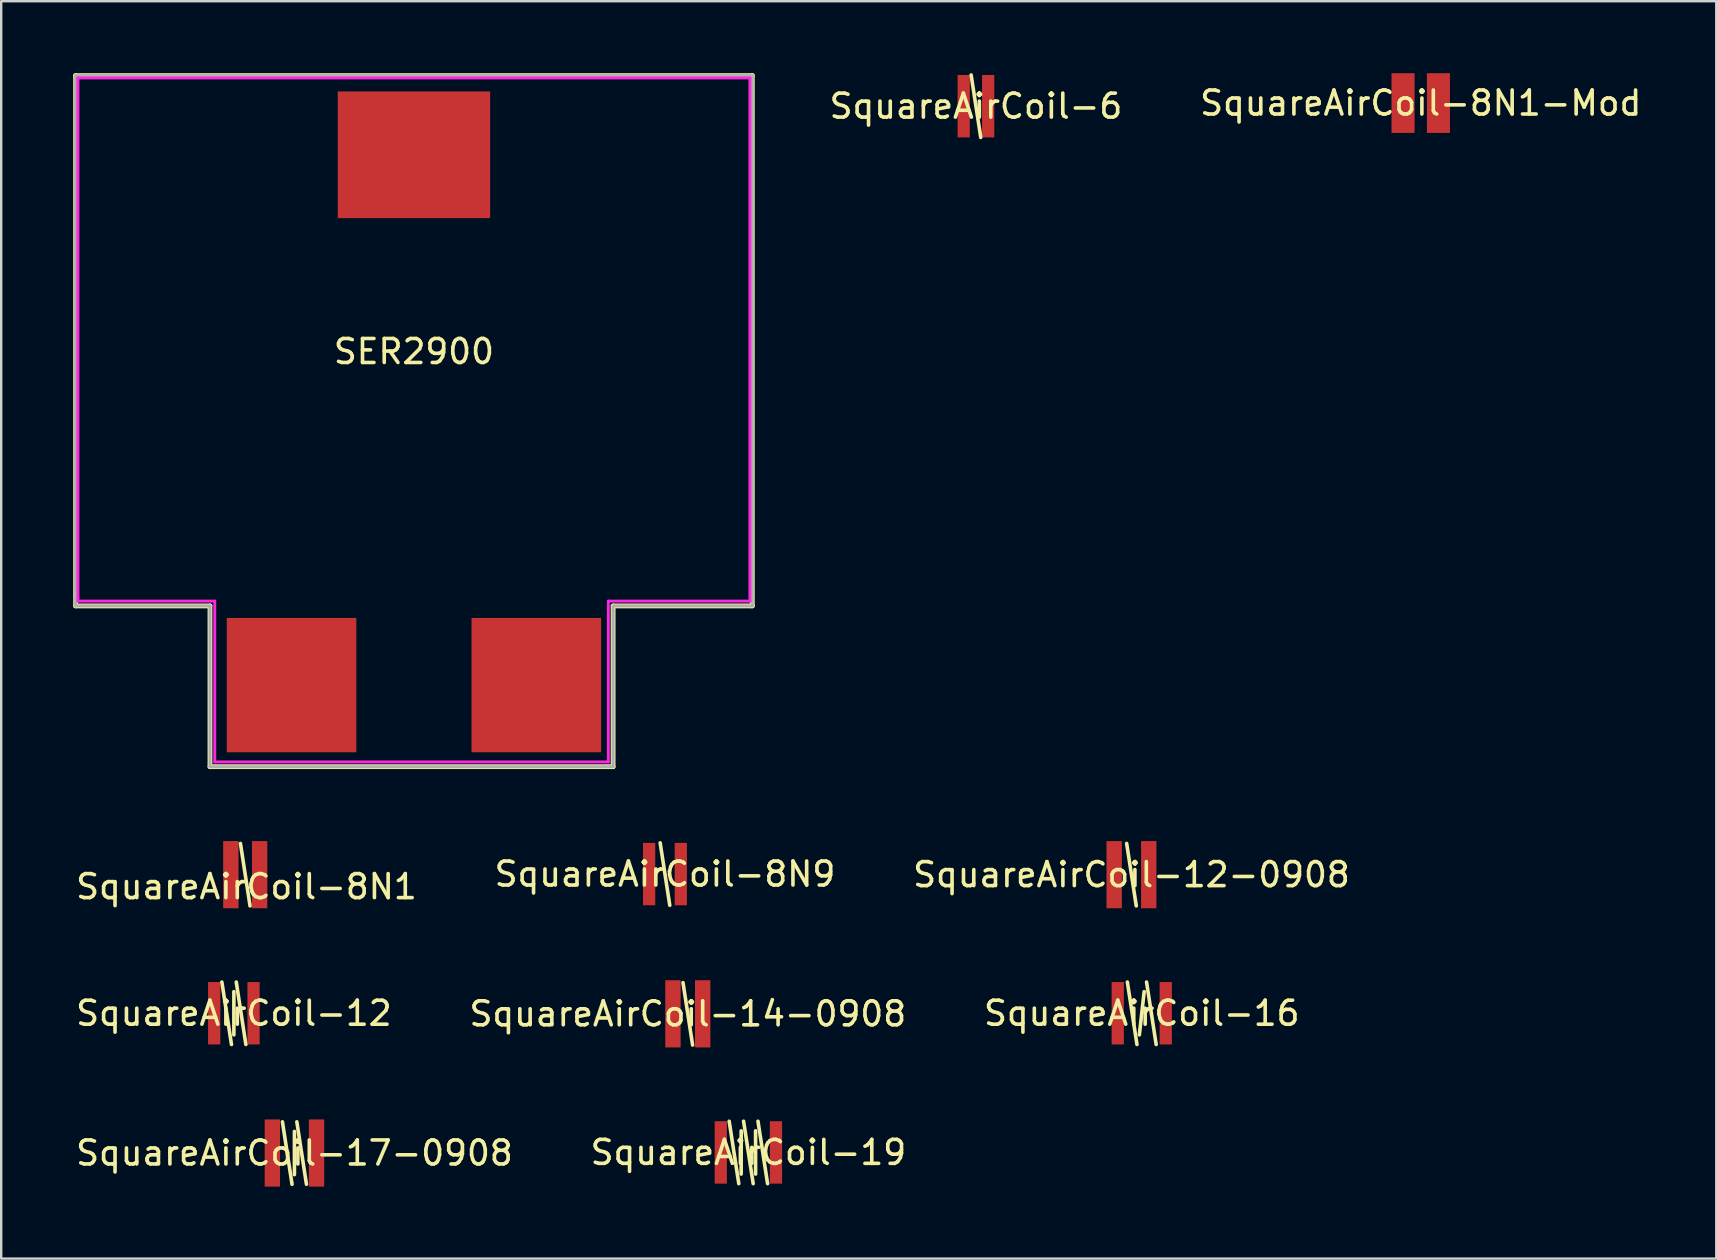
<source format=kicad_pcb>
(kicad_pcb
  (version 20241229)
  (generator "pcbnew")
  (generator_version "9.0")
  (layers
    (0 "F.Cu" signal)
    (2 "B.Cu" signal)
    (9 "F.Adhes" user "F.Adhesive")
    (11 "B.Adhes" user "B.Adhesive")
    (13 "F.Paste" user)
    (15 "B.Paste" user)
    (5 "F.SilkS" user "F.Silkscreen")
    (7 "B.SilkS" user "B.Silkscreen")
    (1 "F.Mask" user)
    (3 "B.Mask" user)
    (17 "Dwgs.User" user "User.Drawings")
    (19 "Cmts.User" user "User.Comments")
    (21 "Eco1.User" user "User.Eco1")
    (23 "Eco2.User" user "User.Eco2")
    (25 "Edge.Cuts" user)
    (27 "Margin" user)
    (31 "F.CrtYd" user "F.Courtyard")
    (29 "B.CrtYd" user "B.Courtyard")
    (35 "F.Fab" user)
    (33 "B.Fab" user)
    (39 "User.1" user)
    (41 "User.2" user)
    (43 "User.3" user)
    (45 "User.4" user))
  (footprint "SquareAirCoil-17-0908"
    (layer "F.Cu")
    (at 9.22 45)
    (property "Reference" "SquareAirCoil-17-0908" (at 0 0 0) (layer "F.SilkS") (effects (font (size 1 1) (thickness 0.15))))
    (attr through_hole)
    (fp_line (start -0.5 -1.3) (end -0.1 1.3) (stroke (width 0.15) (type solid)) (layer "F.SilkS"))
    (fp_line (start 0 0.9) (end 0 -0.9) (stroke (width 0.15) (type solid)) (layer "F.SilkS"))
    (fp_line (start 0.1 -1.3) (end 0.5 1.3) (stroke (width 0.15) (type solid)) (layer "F.SilkS"))
    (pad "1" smd rect (at -0.92 0) (size 0.64 2.8) (layers "F.Cu" "F.Mask" "F.Paste"))
    (pad "2" smd rect (at 0.92 0) (size 0.64 2.8) (layers "F.Cu" "F.Mask" "F.Paste")))
  (footprint "SquareAirCoil-16"
    (layer "F.Cu")
    (at 44.53 39.175)
    (property "Reference" "SquareAirCoil-16" (at 0 0 0) (layer "F.SilkS") (effects (font (size 1 1) (thickness 0.15))))
    (attr through_hole)
    (fp_line (start -0.6 -1.3) (end -0.2 1.3) (stroke (width 0.15) (type solid)) (layer "F.SilkS"))
    (fp_line (start 0.1 -0.9) (end -0.1 0.9) (stroke (width 0.15) (type solid)) (layer "F.SilkS"))
    (fp_line (start 0.2 -1.3) (end 0.6 1.3) (stroke (width 0.15) (type solid)) (layer "F.SilkS"))
    (pad "1" smd rect (at -1 0) (size 0.51 2.6) (layers "F.Cu" "F.Mask" "F.Paste"))
    (pad "2" smd rect (at 1 0) (size 0.51 2.6) (layers "F.Cu" "F.Mask" "F.Paste")))
  (footprint "SquareAirCoil-12"
    (layer "F.Cu")
    (at 6.696 39.175)
    (property "Reference" "SquareAirCoil-12" (at 0 0 0) (layer "F.SilkS") (effects (font (size 1 1) (thickness 0.15))))
    (attr through_hole)
    (fp_line (start -0.5 -1.3) (end -0.1 1.3) (stroke (width 0.15) (type solid)) (layer "F.SilkS"))
    (fp_line (start 0 -0.9) (end 0 0.9) (stroke (width 0.15) (type solid)) (layer "F.SilkS"))
    (fp_line (start 0.1 -1.3) (end 0.5 1.3) (stroke (width 0.15) (type solid)) (layer "F.SilkS"))
    (pad "1" smd rect (at -0.82 0) (size 0.51 2.6) (layers "F.Cu" "F.Mask" "F.Paste"))
    (pad "2" smd rect (at 0.82 0) (size 0.51 2.6) (layers "F.Cu" "F.Mask" "F.Paste")))
  (footprint "SquareAirCoil-19"
    (layer "F.Cu")
    (at 28.137 44.975)
    (property "Reference" "SquareAirCoil-19" (at 0 0 0) (layer "F.SilkS") (effects (font (size 1 1) (thickness 0.15))))
    (attr through_hole)
    (fp_line (start -0.8 -1.3) (end -0.4 1.3) (stroke (width 0.15) (type solid)) (layer "F.SilkS"))
    (fp_line (start -0.3 0.9) (end -0.3 -0.9) (stroke (width 0.15) (type solid)) (layer "F.SilkS"))
    (fp_line (start -0.2 -1.3) (end 0.2 1.3) (stroke (width 0.15) (type solid)) (layer "F.SilkS"))
    (fp_line (start 0.3 0.9) (end 0.3 -0.9) (stroke (width 0.15) (type solid)) (layer "F.SilkS"))
    (fp_line (start 0.4 -1.3) (end 0.8 1.3) (stroke (width 0.15) (type solid)) (layer "F.SilkS"))
    (pad "1" smd rect (at -1.15 0) (size 0.51 2.6) (layers "F.Cu" "F.Mask" "F.Paste"))
    (pad "2" smd rect (at 1.15 0) (size 0.51 2.6) (layers "F.Cu" "F.Mask" "F.Paste")))
  (footprint "SquareAirCoil-8N1"
    (layer "F.Cu")
    (at 7.17 33.4)
    (property "Reference" "SquareAirCoil-8N1" (at 0.05 0.5 0) (layer "F.SilkS") (effects (font (size 1 1) (thickness 0.15))))
    (attr through_hole)
    (fp_line (start -0.2 -1.3) (end 0.2 1.3) (stroke (width 0.15) (type solid)) (layer "F.SilkS"))
    (pad "1" smd rect (at -0.6 0) (size 0.64 2.8) (layers "F.Cu" "F.Mask" "F.Paste"))
    (pad "2" smd rect (at 0.6 0) (size 0.64 2.8) (layers "F.Cu" "F.Mask" "F.Paste")))
  (footprint "SquareAirCoil-14-0908"
    (layer "F.Cu")
    (at 25.613 39.2)
    (property "Reference" "SquareAirCoil-14-0908" (at 0 0 0) (layer "F.SilkS") (effects (font (size 1 1) (thickness 0.15))))
    (attr through_hole)
    (fp_line (start -0.2 -1.3) (end 0.2 1.3) (stroke (width 0.15) (type solid)) (layer "F.SilkS"))
    (pad "1" smd rect (at -0.62 0) (size 0.64 2.8) (layers "F.Cu" "F.Mask" "F.Paste"))
    (pad "2" smd rect (at 0.62 0) (size 0.64 2.8) (layers "F.Cu" "F.Mask" "F.Paste")))
  (footprint "SquareAirCoil-8N1-Mod"
    (layer "F.Cu")
    (at 56.156 1.245)
    (property "Reference" "SquareAirCoil-8N1-Mod" (at 0 0 0) (layer "F.SilkS") (effects (font (size 1 1) (thickness 0.15))))
    (attr through_hole)
    (pad "1" smd rect (at -0.737 0) (size 0.96 2.489) (layers "F.Cu" "F.Mask" "F.Paste"))
    (pad "2" smd rect (at 0.737 0) (size 0.96 2.489) (layers "F.Cu" "F.Mask" "F.Paste")))
  (footprint "SquareAirCoil-8N9"
    (layer "F.Cu")
    (at 24.661 33.375)
    (property "Reference" "SquareAirCoil-8N9" (at 0 0 0) (layer "F.SilkS") (effects (font (size 1 1) (thickness 0.15))))
    (attr through_hole)
    (fp_line (start -0.2 -1.3) (end 0.2 1.3) (stroke (width 0.15) (type solid)) (layer "F.SilkS"))
    (pad "1" smd rect (at -0.66 0) (size 0.51 2.6) (layers "F.Cu" "F.Mask" "F.Paste"))
    (pad "2" smd rect (at 0.66 0) (size 0.51 2.6) (layers "F.Cu" "F.Mask" "F.Paste")))
  (footprint "SquareAirCoil-12-0908"
    (layer "F.Cu")
    (at 44.101 33.4)
    (property "Reference" "SquareAirCoil-12-0908" (at 0 0 0) (layer "F.SilkS") (effects (font (size 1 1) (thickness 0.15))))
    (attr through_hole)
    (fp_line (start -0.2 -1.3) (end 0.2 1.3) (stroke (width 0.15) (type solid)) (layer "F.SilkS"))
    (pad "1" smd rect (at -0.72 0) (size 0.64 2.8) (layers "F.Cu" "F.Mask" "F.Paste"))
    (pad "2" smd rect (at 0.72 0) (size 0.64 2.8) (layers "F.Cu" "F.Mask" "F.Paste")))
  (footprint "SER2900"
    (layer "F.Cu")
    (at 14.2 11.1)
    (property "Reference" "SER2900" (at 0 0.5 0) (layer "F.SilkS") (effects (font (size 1 1) (thickness 0.15))))
    (attr through_hole)
    (fp_line (start -14.1 -11) (end 14.1 -11) (stroke (width 0.2) (type solid)) (layer "F.SilkS"))
    (fp_line (start -14.1 11.1) (end -14.1 -11) (stroke (width 0.2) (type solid)) (layer "F.SilkS"))
    (fp_line (start -8.5 11.1) (end -14.1 11.1) (stroke (width 0.2) (type solid)) (layer "F.SilkS"))
    (fp_line (start -8.5 17.8) (end -8.5 11.1) (stroke (width 0.2) (type solid)) (layer "F.SilkS"))
    (fp_line (start 8.3 11.1) (end 8.3 17.8) (stroke (width 0.2) (type solid)) (layer "F.SilkS"))
    (fp_line (start 8.3 17.8) (end -8.5 17.8) (stroke (width 0.2) (type solid)) (layer "F.SilkS"))
    (fp_line (start 14.1 -11) (end 14.1 11.1) (stroke (width 0.2) (type solid)) (layer "F.SilkS"))
    (fp_line (start 14.1 11.1) (end 8.3 11.1) (stroke (width 0.2) (type solid)) (layer "F.SilkS"))
    (fp_line (start -14 -10.9) (end 14 -10.9) (stroke (width 0.12) (type solid)) (layer "F.CrtYd"))
    (fp_line (start -14 10.9) (end -14 -10.9) (stroke (width 0.12) (type solid)) (layer "F.CrtYd"))
    (fp_line (start -8.3 10.9) (end -14 10.9) (stroke (width 0.12) (type solid)) (layer "F.CrtYd"))
    (fp_line (start -8.3 17.6) (end -8.3 10.9) (stroke (width 0.12) (type solid)) (layer "F.CrtYd"))
    (fp_line (start 8.1 10.9) (end 8.1 17.6) (stroke (width 0.12) (type solid)) (layer "F.CrtYd"))
    (fp_line (start 8.1 17.6) (end -8.3 17.6) (stroke (width 0.12) (type solid)) (layer "F.CrtYd"))
    (fp_line (start 14 -10.9) (end 14 10.9) (stroke (width 0.12) (type solid)) (layer "F.CrtYd"))
    (fp_line (start 14 10.9) (end 8.1 10.9) (stroke (width 0.12) (type solid)) (layer "F.CrtYd"))
    (fp_line (start -14.1 -11) (end 14.1 -11) (stroke (width 0.12) (type solid)) (layer "F.Fab"))
    (fp_line (start -14.1 11.1) (end -14.1 -11) (stroke (width 0.12) (type solid)) (layer "F.Fab"))
    (fp_line (start -8.5 11.1) (end -14.1 11.1) (stroke (width 0.12) (type solid)) (layer "F.Fab"))
    (fp_line (start -8.5 17.8) (end -8.5 11.1) (stroke (width 0.12) (type solid)) (layer "F.Fab"))
    (fp_line (start 8.3 11.1) (end 8.3 17.8) (stroke (width 0.12) (type solid)) (layer "F.Fab"))
    (fp_line (start 8.3 17.8) (end -8.5 17.8) (stroke (width 0.12) (type solid)) (layer "F.Fab"))
    (fp_line (start 14.1 -11) (end 14.1 11.1) (stroke (width 0.12) (type solid)) (layer "F.Fab"))
    (fp_line (start 14.1 11.1) (end 8.3 11.1) (stroke (width 0.12) (type solid)) (layer "F.Fab"))
    (pad "1" smd rect (at -5.1 14.4) (size 5.4 5.6) (layers "F.Cu" "F.Mask" "F.Paste"))
    (pad "2" smd rect (at 5.1 14.4) (size 5.4 5.6) (layers "F.Cu" "F.Mask" "F.Paste"))
    (pad "3" smd rect (at 0 -7.7) (size 6.35 5.28) (layers "F.Cu" "F.Mask" "F.Paste")))
  (footprint "SquareAirCoil-6"
    (layer "F.Cu")
    (at 37.62 1.375)
    (property "Reference" "SquareAirCoil-6" (at 0 0 0) (layer "F.SilkS") (effects (font (size 1 1) (thickness 0.15))))
    (attr through_hole)
    (fp_line (start -0.2 -1.3) (end 0.2 1.3) (stroke (width 0.15) (type solid)) (layer "F.SilkS"))
    (pad "1" smd rect (at -0.51 0) (size 0.51 2.6) (layers "F.Cu" "F.Mask" "F.Paste"))
    (pad "2" smd rect (at 0.51 0) (size 0.51 2.6) (layers "F.Cu" "F.Mask" "F.Paste")))
  (gr_rect
    (start -3 -3)
    (end 68.471 49.4)
    (stroke (width 0.1) (type default))
    (fill no)
    (layer "Edge.Cuts")))
</source>
